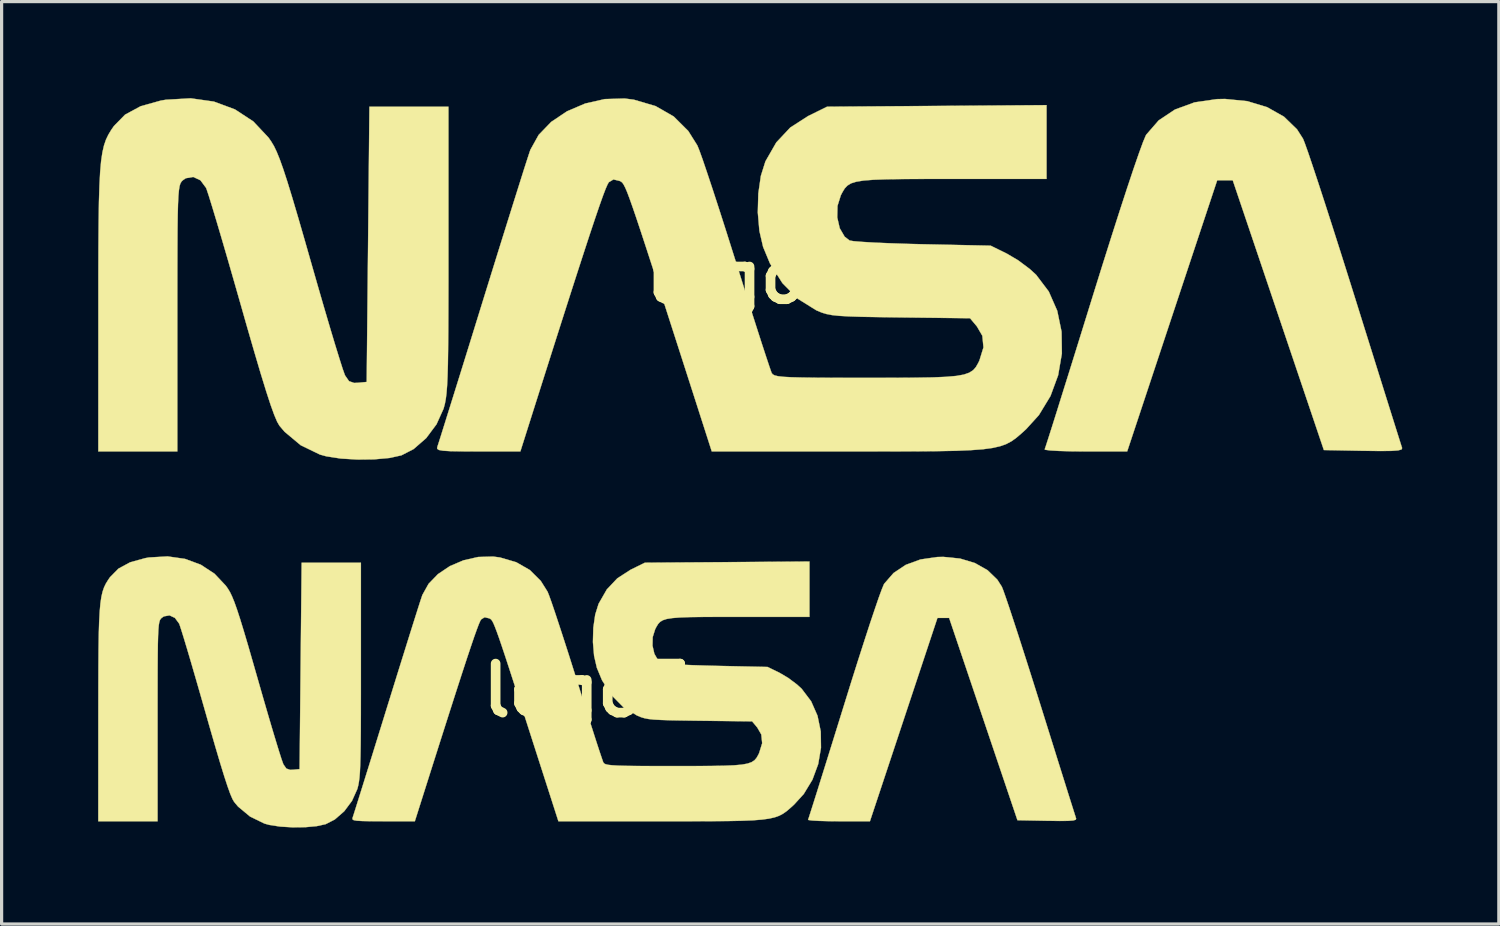
<source format=kicad_pcb>
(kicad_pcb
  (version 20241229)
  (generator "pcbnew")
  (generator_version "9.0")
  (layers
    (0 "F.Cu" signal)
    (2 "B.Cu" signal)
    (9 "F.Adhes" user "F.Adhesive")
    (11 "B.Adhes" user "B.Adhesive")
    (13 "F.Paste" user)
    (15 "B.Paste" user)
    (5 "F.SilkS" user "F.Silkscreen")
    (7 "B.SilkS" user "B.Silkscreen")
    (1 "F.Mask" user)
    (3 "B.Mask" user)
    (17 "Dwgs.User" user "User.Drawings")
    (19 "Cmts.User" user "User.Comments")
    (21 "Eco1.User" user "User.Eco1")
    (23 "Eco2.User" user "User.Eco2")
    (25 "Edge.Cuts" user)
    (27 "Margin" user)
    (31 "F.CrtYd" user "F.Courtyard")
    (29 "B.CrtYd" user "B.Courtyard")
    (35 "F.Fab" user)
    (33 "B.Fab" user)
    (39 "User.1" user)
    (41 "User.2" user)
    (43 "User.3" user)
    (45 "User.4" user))
  (footprint "logo2"
    (layer "F.Cu")
    (at 20.24 5.558)
    (property "Reference" "logo2" (at 0 0 0) (layer "F.SilkS") (effects (font (size 1.524 1.524) (thickness 0.3))))
    (attr through_hole)
    (fp_poly (pts (xy 15.468 -5.464) (xy 16.085 -5.277) (xy 16.607 -4.982) (xy 17.012 -4.589) (xy 17.199 -4.296) (xy 17.256 -4.152) (xy 17.359 -3.862) (xy 17.501 -3.442) (xy 17.678 -2.908) (xy 17.884 -2.276) (xy 18.114 -1.561) (xy 18.363 -0.78) (xy 18.626 0.052) (xy 18.807 0.628) (xy 19.072 1.476) (xy 19.323 2.276) (xy 19.554 3.015) (xy 19.761 3.676) (xy 19.94 4.246) (xy 20.086 4.71) (xy 20.194 5.053) (xy 20.259 5.259) (xy 20.278 5.315) (xy 20.259 5.358) (xy 20.153 5.387) (xy 19.94 5.402) (xy 19.6 5.406) (xy 19.112 5.4) (xy 19.081 5.4) (xy 17.846 5.376) (xy 15.015 -3.006) (xy 14.531 -3.006) (xy 13.132 1.206) (xy 11.734 5.419) (xy 10.434 5.419) (xy 9.99 5.415) (xy 9.616 5.404) (xy 9.34 5.388) (xy 9.19 5.368) (xy 9.171 5.355) (xy 9.202 5.265) (xy 9.279 5.027) (xy 9.397 4.657) (xy 9.551 4.168) (xy 9.736 3.575) (xy 9.95 2.893) (xy 10.186 2.136) (xy 10.44 1.318) (xy 10.665 0.593) (xy 10.965 -0.368) (xy 11.246 -1.257) (xy 11.504 -2.062) (xy 11.735 -2.77) (xy 11.935 -3.369) (xy 12.101 -3.848) (xy 12.227 -4.193) (xy 12.31 -4.392) (xy 12.328 -4.424) (xy 12.713 -4.867) (xy 13.219 -5.204) (xy 13.828 -5.427) (xy 14.523 -5.528) (xy 14.774 -5.533) (xy 15.468 -5.464)) (stroke (width 0.01) (type solid)) (fill yes) (layer "F.SilkS"))
    (fp_poly (pts (xy -16.644 -5.451) (xy -15.99 -5.209) (xy -15.419 -4.835) (xy -14.949 -4.335) (xy -14.863 -4.212) (xy -14.779 -4.072) (xy -14.693 -3.893) (xy -14.598 -3.659) (xy -14.489 -3.354) (xy -14.361 -2.962) (xy -14.209 -2.467) (xy -14.027 -1.852) (xy -13.81 -1.102) (xy -13.632 -0.479) (xy -13.424 0.247) (xy -13.226 0.93) (xy -13.043 1.551) (xy -12.881 2.091) (xy -12.745 2.531) (xy -12.643 2.852) (xy -12.578 3.035) (xy -12.566 3.061) (xy -12.445 3.236) (xy -12.288 3.291) (xy -12.166 3.286) (xy -11.896 3.26) (xy -11.853 -1.016) (xy -11.811 -5.292) (xy -9.356 -5.292) (xy -9.356 -0.847) (xy -9.356 0.145) (xy -9.358 0.983) (xy -9.361 1.681) (xy -9.366 2.256) (xy -9.373 2.721) (xy -9.384 3.091) (xy -9.398 3.383) (xy -9.416 3.61) (xy -9.438 3.788) (xy -9.465 3.932) (xy -9.498 4.057) (xy -9.509 4.094) (xy -9.726 4.575) (xy -10.047 5.005) (xy -10.437 5.345) (xy -10.816 5.54) (xy -11.186 5.622) (xy -11.663 5.665) (xy -12.188 5.671) (xy -12.702 5.64) (xy -13.148 5.571) (xy -13.349 5.516) (xy -13.947 5.226) (xy -14.446 4.809) (xy -14.606 4.621) (xy -14.678 4.497) (xy -14.768 4.285) (xy -14.881 3.973) (xy -15.019 3.55) (xy -15.187 3.005) (xy -15.388 2.325) (xy -15.627 1.5) (xy -15.792 0.919) (xy -16.004 0.178) (xy -16.205 -0.521) (xy -16.391 -1.159) (xy -16.556 -1.717) (xy -16.695 -2.177) (xy -16.801 -2.52) (xy -16.87 -2.727) (xy -16.887 -2.771) (xy -17.062 -3.006) (xy -17.285 -3.11) (xy -17.518 -3.07) (xy -17.614 -3.003) (xy -17.652 -2.963) (xy -17.684 -2.909) (xy -17.71 -2.826) (xy -17.73 -2.7) (xy -17.747 -2.517) (xy -17.759 -2.261) (xy -17.768 -1.918) (xy -17.774 -1.474) (xy -17.777 -0.914) (xy -17.779 -0.223) (xy -17.78 0.612) (xy -17.78 1.283) (xy -17.78 5.419) (xy -20.235 5.419) (xy -20.234 0.995) (xy -20.234 -0.053) (xy -20.231 -0.947) (xy -20.225 -1.7) (xy -20.216 -2.328) (xy -20.2 -2.844) (xy -20.178 -3.264) (xy -20.148 -3.602) (xy -20.108 -3.873) (xy -20.058 -4.09) (xy -19.997 -4.269) (xy -19.922 -4.425) (xy -19.834 -4.571) (xy -19.75 -4.692) (xy -19.403 -5.046) (xy -18.918 -5.308) (xy -18.293 -5.482) (xy -18.133 -5.509) (xy -17.364 -5.553) (xy -16.644 -5.451)) (stroke (width 0.01) (type solid)) (fill yes) (layer "F.SilkS"))
    (fp_poly (pts (xy -3.595 -5.51) (xy -2.92 -5.312) (xy -2.357 -4.989) (xy -1.904 -4.538) (xy -1.622 -4.089) (xy -1.561 -3.939) (xy -1.456 -3.647) (xy -1.315 -3.231) (xy -1.142 -2.711) (xy -0.945 -2.106) (xy -0.73 -1.436) (xy -0.503 -0.719) (xy -0.423 -0.466) (xy -0.197 0.254) (xy 0.016 0.927) (xy 0.21 1.535) (xy 0.379 2.061) (xy 0.518 2.485) (xy 0.62 2.791) (xy 0.679 2.96) (xy 0.69 2.985) (xy 0.721 3.024) (xy 0.781 3.057) (xy 0.886 3.082) (xy 1.053 3.101) (xy 1.299 3.114) (xy 1.642 3.123) (xy 2.098 3.129) (xy 2.685 3.132) (xy 3.419 3.133) (xy 3.648 3.133) (xy 4.474 3.132) (xy 5.147 3.128) (xy 5.686 3.119) (xy 6.106 3.101) (xy 6.426 3.073) (xy 6.661 3.031) (xy 6.829 2.972) (xy 6.948 2.895) (xy 7.034 2.797) (xy 7.104 2.674) (xy 7.143 2.594) (xy 7.269 2.186) (xy 7.234 1.825) (xy 7.066 1.536) (xy 6.852 1.28) (xy 4.675 1.254) (xy 4.006 1.245) (xy 3.484 1.236) (xy 3.085 1.223) (xy 2.785 1.206) (xy 2.561 1.182) (xy 2.389 1.149) (xy 2.248 1.106) (xy 2.112 1.05) (xy 2.074 1.033) (xy 1.505 0.679) (xy 1.021 0.188) (xy 0.633 -0.426) (xy 0.421 -0.938) (xy 0.306 -1.435) (xy 0.257 -2.007) (xy 0.273 -2.596) (xy 0.352 -3.143) (xy 0.493 -3.591) (xy 0.493 -3.592) (xy 0.833 -4.184) (xy 1.267 -4.646) (xy 1.819 -5.001) (xy 1.842 -5.012) (xy 2.409 -5.292) (xy 9.229 -5.341) (xy 9.229 -3.048) (xy 6.284 -3.048) (xy 5.467 -3.048) (xy 4.802 -3.045) (xy 4.271 -3.038) (xy 3.859 -3.023) (xy 3.547 -2.999) (xy 3.318 -2.962) (xy 3.154 -2.911) (xy 3.04 -2.841) (xy 2.957 -2.752) (xy 2.889 -2.64) (xy 2.836 -2.539) (xy 2.733 -2.211) (xy 2.725 -1.853) (xy 2.802 -1.517) (xy 2.955 -1.254) (xy 3.108 -1.135) (xy 3.232 -1.114) (xy 3.5 -1.092) (xy 3.888 -1.069) (xy 4.371 -1.049) (xy 4.923 -1.03) (xy 5.376 -1.019) (xy 7.493 -0.974) (xy 8.001 -0.724) (xy 8.35 -0.517) (xy 8.708 -0.249) (xy 8.905 -0.069) (xy 9.298 0.45) (xy 9.561 1.048) (xy 9.696 1.7) (xy 9.705 2.377) (xy 9.589 3.052) (xy 9.351 3.698) (xy 8.991 4.29) (xy 8.595 4.726) (xy 8.432 4.874) (xy 8.285 4.999) (xy 8.139 5.103) (xy 7.978 5.189) (xy 7.787 5.257) (xy 7.551 5.311) (xy 7.256 5.351) (xy 6.886 5.379) (xy 6.425 5.399) (xy 5.86 5.41) (xy 5.175 5.416) (xy 4.355 5.418) (xy 3.385 5.419) (xy 3.082 5.419) (xy -1.173 5.419) (xy -1.778 3.535) (xy -2.154 2.366) (xy -2.482 1.348) (xy -2.764 0.471) (xy -3.006 -0.278) (xy -3.211 -0.907) (xy -3.382 -1.428) (xy -3.523 -1.851) (xy -3.638 -2.186) (xy -3.73 -2.445) (xy -3.803 -2.638) (xy -3.861 -2.774) (xy -3.908 -2.866) (xy -3.946 -2.923) (xy -3.98 -2.956) (xy -4.014 -2.976) (xy -4.045 -2.989) (xy -4.229 -3.032) (xy -4.371 -2.947) (xy -4.409 -2.884) (xy -4.469 -2.748) (xy -4.552 -2.531) (xy -4.661 -2.225) (xy -4.799 -1.821) (xy -4.969 -1.312) (xy -5.173 -0.688) (xy -5.415 0.058) (xy -5.696 0.933) (xy -6.02 1.948) (xy -6.389 3.109) (xy -6.739 4.212) (xy -7.121 5.419) (xy -8.438 5.419) (xy -8.937 5.417) (xy -9.291 5.411) (xy -9.521 5.397) (xy -9.651 5.374) (xy -9.705 5.338) (xy -9.704 5.288) (xy -9.701 5.279) (xy -9.667 5.174) (xy -9.587 4.922) (xy -9.467 4.539) (xy -9.311 4.04) (xy -9.124 3.442) (xy -8.911 2.758) (xy -8.677 2.005) (xy -8.427 1.197) (xy -8.295 0.771) (xy -8.035 -0.067) (xy -7.787 -0.865) (xy -7.555 -1.607) (xy -7.345 -2.277) (xy -7.162 -2.858) (xy -7.012 -3.334) (xy -6.898 -3.688) (xy -6.827 -3.904) (xy -6.81 -3.953) (xy -6.552 -4.417) (xy -6.162 -4.821) (xy -5.669 -5.151) (xy -5.104 -5.392) (xy -4.498 -5.529) (xy -3.881 -5.547) (xy -3.595 -5.51)) (stroke (width 0.01) (type solid)) (fill yes) (layer "F.SilkS")))
  (footprint "logo3"
    (layer "F.Cu")
    (at 15.181 18.404)
    (property "Reference" "logo3" (at 0 0 0) (layer "F.SilkS") (effects (font (size 1.524 1.524) (thickness 0.3))))
    (attr through_hole)
    (fp_poly (pts (xy 11.601 -4.098) (xy 12.064 -3.958) (xy 12.455 -3.736) (xy 12.759 -3.442) (xy 12.899 -3.222) (xy 12.942 -3.114) (xy 13.019 -2.896) (xy 13.126 -2.582) (xy 13.258 -2.181) (xy 13.413 -1.707) (xy 13.585 -1.171) (xy 13.772 -0.585) (xy 13.969 0.039) (xy 14.105 0.471) (xy 14.304 1.107) (xy 14.492 1.707) (xy 14.665 2.261) (xy 14.821 2.757) (xy 14.955 3.185) (xy 15.065 3.533) (xy 15.146 3.789) (xy 15.195 3.944) (xy 15.208 3.986) (xy 15.194 4.018) (xy 15.115 4.04) (xy 14.955 4.052) (xy 14.7 4.055) (xy 14.334 4.05) (xy 14.311 4.05) (xy 13.384 4.032) (xy 11.261 -2.254) (xy 10.898 -2.254) (xy 8.8 4.064) (xy 7.825 4.064) (xy 7.493 4.061) (xy 7.212 4.053) (xy 7.005 4.041) (xy 6.892 4.026) (xy 6.878 4.016) (xy 6.902 3.949) (xy 6.959 3.77) (xy 7.047 3.493) (xy 7.163 3.126) (xy 7.302 2.681) (xy 7.462 2.17) (xy 7.639 1.602) (xy 7.83 0.988) (xy 7.999 0.445) (xy 8.223 -0.276) (xy 8.434 -0.943) (xy 8.628 -1.546) (xy 8.801 -2.078) (xy 8.952 -2.527) (xy 9.075 -2.886) (xy 9.17 -3.144) (xy 9.232 -3.294) (xy 9.246 -3.318) (xy 9.535 -3.65) (xy 9.915 -3.903) (xy 10.371 -4.07) (xy 10.892 -4.146) (xy 11.081 -4.15) (xy 11.601 -4.098)) (stroke (width 0.01) (type solid)) (fill yes) (layer "F.SilkS"))
    (fp_poly (pts (xy -12.483 -4.088) (xy -11.992 -3.907) (xy -11.564 -3.626) (xy -11.212 -3.252) (xy -11.147 -3.159) (xy -11.084 -3.054) (xy -11.02 -2.92) (xy -10.948 -2.744) (xy -10.867 -2.516) (xy -10.771 -2.222) (xy -10.657 -1.85) (xy -10.52 -1.389) (xy -10.358 -0.826) (xy -10.224 -0.359) (xy -10.068 0.185) (xy -9.919 0.698) (xy -9.782 1.164) (xy -9.66 1.568) (xy -9.559 1.898) (xy -9.482 2.139) (xy -9.433 2.276) (xy -9.425 2.296) (xy -9.334 2.427) (xy -9.216 2.468) (xy -9.125 2.464) (xy -8.922 2.445) (xy -8.858 -3.969) (xy -7.017 -3.969) (xy -7.017 -0.635) (xy -7.017 0.109) (xy -7.018 0.737) (xy -7.02 1.261) (xy -7.024 1.692) (xy -7.03 2.04) (xy -7.038 2.318) (xy -7.048 2.537) (xy -7.062 2.708) (xy -7.079 2.841) (xy -7.099 2.949) (xy -7.123 3.043) (xy -7.132 3.071) (xy -7.294 3.431) (xy -7.535 3.754) (xy -7.828 4.009) (xy -8.112 4.155) (xy -8.39 4.216) (xy -8.747 4.249) (xy -9.141 4.253) (xy -9.526 4.23) (xy -9.861 4.178) (xy -10.012 4.137) (xy -10.46 3.919) (xy -10.835 3.607) (xy -10.954 3.465) (xy -11.008 3.373) (xy -11.076 3.214) (xy -11.16 2.98) (xy -11.264 2.663) (xy -11.39 2.254) (xy -11.541 1.744) (xy -11.72 1.125) (xy -11.844 0.689) (xy -12.003 0.133) (xy -12.154 -0.391) (xy -12.293 -0.869) (xy -12.417 -1.288) (xy -12.521 -1.633) (xy -12.601 -1.89) (xy -12.652 -2.045) (xy -12.665 -2.078) (xy -12.796 -2.255) (xy -12.964 -2.333) (xy -13.139 -2.302) (xy -13.211 -2.252) (xy -13.239 -2.222) (xy -13.263 -2.182) (xy -13.282 -2.12) (xy -13.298 -2.025) (xy -13.31 -1.888) (xy -13.319 -1.695) (xy -13.326 -1.438) (xy -13.33 -1.105) (xy -13.333 -0.685) (xy -13.334 -0.168) (xy -13.335 0.459) (xy -13.335 0.962) (xy -13.335 4.064) (xy -15.177 4.064) (xy -15.176 0.746) (xy -15.175 -0.04) (xy -15.173 -0.71) (xy -15.169 -1.275) (xy -15.162 -1.746) (xy -15.15 -2.133) (xy -15.133 -2.448) (xy -15.111 -2.702) (xy -15.081 -2.905) (xy -15.044 -3.068) (xy -14.998 -3.202) (xy -14.942 -3.319) (xy -14.875 -3.428) (xy -14.813 -3.519) (xy -14.552 -3.784) (xy -14.189 -3.981) (xy -13.72 -4.111) (xy -13.6 -4.132) (xy -13.023 -4.165) (xy -12.483 -4.088)) (stroke (width 0.01) (type solid)) (fill yes) (layer "F.SilkS"))
    (fp_poly (pts (xy -2.696 -4.132) (xy -2.19 -3.984) (xy -1.768 -3.742) (xy -1.428 -3.404) (xy -1.216 -3.067) (xy -1.171 -2.954) (xy -1.092 -2.735) (xy -0.986 -2.423) (xy -0.857 -2.033) (xy -0.709 -1.58) (xy -0.547 -1.077) (xy -0.377 -0.539) (xy -0.317 -0.349) (xy -0.148 0.191) (xy 0.012 0.695) (xy 0.158 1.152) (xy 0.284 1.545) (xy 0.388 1.864) (xy 0.465 2.093) (xy 0.509 2.22) (xy 0.517 2.238) (xy 0.541 2.268) (xy 0.586 2.292) (xy 0.664 2.311) (xy 0.79 2.325) (xy 0.975 2.336) (xy 1.232 2.343) (xy 1.574 2.347) (xy 2.014 2.349) (xy 2.564 2.349) (xy 2.736 2.349) (xy 3.355 2.349) (xy 3.861 2.346) (xy 4.264 2.339) (xy 4.58 2.326) (xy 4.819 2.305) (xy 4.996 2.273) (xy 5.122 2.229) (xy 5.211 2.171) (xy 5.275 2.098) (xy 5.328 2.006) (xy 5.357 1.946) (xy 5.452 1.64) (xy 5.425 1.369) (xy 5.3 1.152) (xy 5.139 0.96) (xy 3.506 0.941) (xy 3.005 0.934) (xy 2.613 0.927) (xy 2.314 0.917) (xy 2.088 0.905) (xy 1.92 0.887) (xy 1.792 0.862) (xy 1.686 0.83) (xy 1.584 0.787) (xy 1.556 0.775) (xy 1.129 0.51) (xy 0.765 0.141) (xy 0.475 -0.319) (xy 0.315 -0.704) (xy 0.229 -1.076) (xy 0.193 -1.505) (xy 0.205 -1.947) (xy 0.264 -2.357) (xy 0.369 -2.693) (xy 0.37 -2.694) (xy 0.624 -3.138) (xy 0.951 -3.484) (xy 1.364 -3.751) (xy 1.381 -3.759) (xy 1.807 -3.969) (xy 4.364 -3.987) (xy 6.921 -4.006) (xy 6.921 -2.286) (xy 4.713 -2.286) (xy 4.1 -2.286) (xy 3.601 -2.284) (xy 3.204 -2.279) (xy 2.894 -2.268) (xy 2.66 -2.249) (xy 2.488 -2.222) (xy 2.366 -2.183) (xy 2.28 -2.131) (xy 2.218 -2.064) (xy 2.167 -1.98) (xy 2.127 -1.904) (xy 2.05 -1.658) (xy 2.044 -1.39) (xy 2.102 -1.138) (xy 2.216 -0.94) (xy 2.331 -0.851) (xy 2.424 -0.835) (xy 2.625 -0.819) (xy 2.916 -0.802) (xy 3.278 -0.786) (xy 3.692 -0.773) (xy 4.032 -0.764) (xy 5.62 -0.73) (xy 6.001 -0.543) (xy 6.263 -0.388) (xy 6.531 -0.187) (xy 6.679 -0.052) (xy 6.973 0.337) (xy 7.171 0.786) (xy 7.272 1.275) (xy 7.279 1.782) (xy 7.192 2.289) (xy 7.013 2.774) (xy 6.744 3.217) (xy 6.446 3.544) (xy 6.324 3.655) (xy 6.214 3.749) (xy 6.104 3.827) (xy 5.983 3.892) (xy 5.84 3.943) (xy 5.663 3.983) (xy 5.442 4.013) (xy 5.164 4.035) (xy 4.819 4.049) (xy 4.395 4.058) (xy 3.881 4.062) (xy 3.266 4.064) (xy 2.539 4.064) (xy 2.311 4.064) (xy -0.88 4.064) (xy -1.334 2.651) (xy -1.616 1.775) (xy -1.861 1.011) (xy -2.073 0.353) (xy -2.255 -0.208) (xy -2.408 -0.68) (xy -2.536 -1.071) (xy -2.642 -1.388) (xy -2.728 -1.64) (xy -2.798 -1.834) (xy -2.853 -1.978) (xy -2.896 -2.081) (xy -2.931 -2.15) (xy -2.96 -2.192) (xy -2.985 -2.217) (xy -3.011 -2.232) (xy -3.034 -2.242) (xy -3.171 -2.274) (xy -3.278 -2.21) (xy -3.307 -2.163) (xy -3.352 -2.061) (xy -3.414 -1.898) (xy -3.496 -1.669) (xy -3.599 -1.366) (xy -3.727 -0.984) (xy -3.88 -0.516) (xy -4.061 0.043) (xy -4.272 0.7) (xy -4.515 1.461) (xy -4.792 2.332) (xy -5.054 3.159) (xy -5.341 4.064) (xy -6.328 4.064) (xy -6.703 4.063) (xy -6.968 4.058) (xy -7.141 4.048) (xy -7.238 4.031) (xy -7.278 4.004) (xy -7.278 3.966) (xy -7.276 3.959) (xy -7.25 3.88) (xy -7.19 3.691) (xy -7.1 3.404) (xy -6.983 3.03) (xy -6.843 2.581) (xy -6.683 2.068) (xy -6.508 1.503) (xy -6.32 0.898) (xy -6.221 0.578) (xy -6.026 -0.05) (xy -5.84 -0.649) (xy -5.666 -1.205) (xy -5.509 -1.708) (xy -5.372 -2.143) (xy -5.259 -2.5) (xy -5.174 -2.766) (xy -5.12 -2.928) (xy -5.108 -2.965) (xy -4.914 -3.313) (xy -4.621 -3.616) (xy -4.251 -3.864) (xy -3.828 -4.044) (xy -3.373 -4.147) (xy -2.911 -4.16) (xy -2.696 -4.132)) (stroke (width 0.01) (type solid)) (fill yes) (layer "F.SilkS")))
  (gr_rect
    (start -3 -3)
    (end 43.523 25.662)
    (stroke (width 0.1) (type default))
    (fill no)
    (layer "Edge.Cuts")))
</source>
